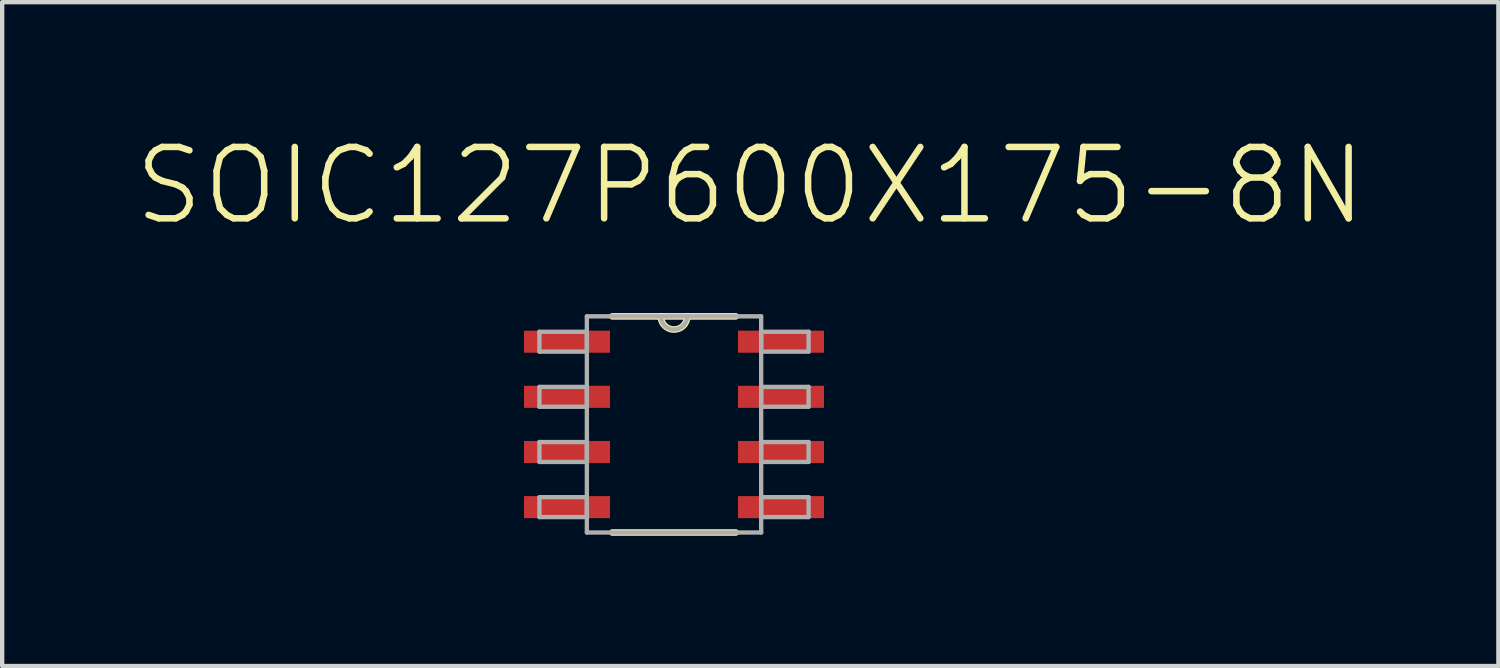
<source format=kicad_pcb>
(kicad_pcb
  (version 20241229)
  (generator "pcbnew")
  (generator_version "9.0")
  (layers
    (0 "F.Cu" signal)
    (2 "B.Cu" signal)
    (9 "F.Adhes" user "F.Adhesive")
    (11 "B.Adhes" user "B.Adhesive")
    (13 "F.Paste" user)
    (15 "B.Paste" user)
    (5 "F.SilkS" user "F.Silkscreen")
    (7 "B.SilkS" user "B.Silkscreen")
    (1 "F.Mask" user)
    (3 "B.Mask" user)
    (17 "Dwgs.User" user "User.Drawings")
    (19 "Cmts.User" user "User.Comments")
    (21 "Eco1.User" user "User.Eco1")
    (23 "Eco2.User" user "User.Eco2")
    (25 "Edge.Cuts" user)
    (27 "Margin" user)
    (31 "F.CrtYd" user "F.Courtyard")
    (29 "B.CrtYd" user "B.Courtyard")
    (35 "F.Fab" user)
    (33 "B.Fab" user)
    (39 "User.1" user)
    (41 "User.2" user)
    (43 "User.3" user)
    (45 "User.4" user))
  (footprint "SOIC127P600X175-8N"
    (layer "F.Cu")
    (at 12.472 6.724)
    (property "Reference" "SOIC127P600X175-8N" (at 1.757 -5.499 0) (layer "F.SilkS") (effects (font (size 1.644 1.644) (thickness 0.15))))
    (attr smd)
    (fp_line (start -1.422 2.489) (end 1.422 2.489) (stroke (width 0.152) (type solid)) (layer "F.SilkS"))
    (fp_line (start -0.305 -2.489) (end -1.422 -2.489) (stroke (width 0.152) (type solid)) (layer "F.SilkS"))
    (fp_line (start 0.305 -2.489) (end -0.305 -2.489) (stroke (width 0.152) (type solid)) (layer "F.SilkS"))
    (fp_line (start 1.422 -2.489) (end 0.305 -2.489) (stroke (width 0.152) (type solid)) (layer "F.SilkS"))
    (fp_arc (start 0.3048 -2.4892) (mid 0 -2.1844) (end -0.3048 -2.4892) (stroke (width 0.1524) (type solid)) (layer "F.SilkS"))
    (fp_line (start -3.099 -2.134) (end -3.099 -1.676) (stroke (width 0.1) (type solid)) (layer "F.Fab"))
    (fp_line (start -3.099 -1.676) (end -2.007 -1.676) (stroke (width 0.1) (type solid)) (layer "F.Fab"))
    (fp_line (start -3.099 -0.864) (end -3.099 -0.406) (stroke (width 0.1) (type solid)) (layer "F.Fab"))
    (fp_line (start -3.099 -0.406) (end -2.007 -0.406) (stroke (width 0.1) (type solid)) (layer "F.Fab"))
    (fp_line (start -3.099 0.406) (end -3.099 0.864) (stroke (width 0.1) (type solid)) (layer "F.Fab"))
    (fp_line (start -3.099 0.864) (end -2.007 0.864) (stroke (width 0.1) (type solid)) (layer "F.Fab"))
    (fp_line (start -3.099 1.676) (end -3.099 2.134) (stroke (width 0.1) (type solid)) (layer "F.Fab"))
    (fp_line (start -3.099 2.134) (end -2.007 2.134) (stroke (width 0.1) (type solid)) (layer "F.Fab"))
    (fp_line (start -2.007 -2.489) (end -2.007 2.489) (stroke (width 0.1) (type solid)) (layer "F.Fab"))
    (fp_line (start -2.007 -2.134) (end -3.099 -2.134) (stroke (width 0.1) (type solid)) (layer "F.Fab"))
    (fp_line (start -2.007 -1.676) (end -2.007 -2.134) (stroke (width 0.1) (type solid)) (layer "F.Fab"))
    (fp_line (start -2.007 -0.864) (end -3.099 -0.864) (stroke (width 0.1) (type solid)) (layer "F.Fab"))
    (fp_line (start -2.007 -0.406) (end -2.007 -0.864) (stroke (width 0.1) (type solid)) (layer "F.Fab"))
    (fp_line (start -2.007 0.406) (end -3.099 0.406) (stroke (width 0.1) (type solid)) (layer "F.Fab"))
    (fp_line (start -2.007 0.864) (end -2.007 0.406) (stroke (width 0.1) (type solid)) (layer "F.Fab"))
    (fp_line (start -2.007 1.676) (end -3.099 1.676) (stroke (width 0.1) (type solid)) (layer "F.Fab"))
    (fp_line (start -2.007 2.134) (end -2.007 1.676) (stroke (width 0.1) (type solid)) (layer "F.Fab"))
    (fp_line (start -2.007 2.489) (end 2.007 2.489) (stroke (width 0.1) (type solid)) (layer "F.Fab"))
    (fp_line (start -0.305 -2.489) (end -2.007 -2.489) (stroke (width 0.1) (type solid)) (layer "F.Fab"))
    (fp_line (start 0.305 -2.489) (end -0.305 -2.489) (stroke (width 0.1) (type solid)) (layer "F.Fab"))
    (fp_line (start 2.007 -2.489) (end 0.305 -2.489) (stroke (width 0.1) (type solid)) (layer "F.Fab"))
    (fp_line (start 2.007 -2.134) (end 2.007 -1.676) (stroke (width 0.1) (type solid)) (layer "F.Fab"))
    (fp_line (start 2.007 -1.676) (end 3.099 -1.676) (stroke (width 0.1) (type solid)) (layer "F.Fab"))
    (fp_line (start 2.007 -0.864) (end 2.007 -0.406) (stroke (width 0.1) (type solid)) (layer "F.Fab"))
    (fp_line (start 2.007 -0.406) (end 3.099 -0.406) (stroke (width 0.1) (type solid)) (layer "F.Fab"))
    (fp_line (start 2.007 0.406) (end 2.007 0.864) (stroke (width 0.1) (type solid)) (layer "F.Fab"))
    (fp_line (start 2.007 0.864) (end 3.099 0.864) (stroke (width 0.1) (type solid)) (layer "F.Fab"))
    (fp_line (start 2.007 1.676) (end 2.007 2.134) (stroke (width 0.1) (type solid)) (layer "F.Fab"))
    (fp_line (start 2.007 2.134) (end 3.099 2.134) (stroke (width 0.1) (type solid)) (layer "F.Fab"))
    (fp_line (start 2.007 2.489) (end 2.007 -2.489) (stroke (width 0.1) (type solid)) (layer "F.Fab"))
    (fp_line (start 3.099 -2.134) (end 2.007 -2.134) (stroke (width 0.1) (type solid)) (layer "F.Fab"))
    (fp_line (start 3.099 -1.676) (end 3.099 -2.134) (stroke (width 0.1) (type solid)) (layer "F.Fab"))
    (fp_line (start 3.099 -0.864) (end 2.007 -0.864) (stroke (width 0.1) (type solid)) (layer "F.Fab"))
    (fp_line (start 3.099 -0.406) (end 3.099 -0.864) (stroke (width 0.1) (type solid)) (layer "F.Fab"))
    (fp_line (start 3.099 0.406) (end 2.007 0.406) (stroke (width 0.1) (type solid)) (layer "F.Fab"))
    (fp_line (start 3.099 0.864) (end 3.099 0.406) (stroke (width 0.1) (type solid)) (layer "F.Fab"))
    (fp_line (start 3.099 1.676) (end 2.007 1.676) (stroke (width 0.1) (type solid)) (layer "F.Fab"))
    (fp_line (start 3.099 2.134) (end 3.099 1.676) (stroke (width 0.1) (type solid)) (layer "F.Fab"))
    (fp_arc (start 0.3048 -2.4892) (mid 0 -2.1844) (end -0.3048 -2.4892) (stroke (width 0.1) (type solid)) (layer "F.Fab"))
    (pad "1" smd rect (at -2.464 -1.905) (size 1.981 0.508) (layers "F.Cu" "F.Mask" "F.Paste"))
    (pad "2" smd rect (at -2.464 -0.635) (size 1.981 0.508) (layers "F.Cu" "F.Mask" "F.Paste"))
    (pad "3" smd rect (at -2.464 0.635) (size 1.981 0.508) (layers "F.Cu" "F.Mask" "F.Paste"))
    (pad "4" smd rect (at -2.464 1.905) (size 1.981 0.508) (layers "F.Cu" "F.Mask" "F.Paste"))
    (pad "5" smd rect (at 2.464 1.905) (size 1.981 0.508) (layers "F.Cu" "F.Mask" "F.Paste"))
    (pad "6" smd rect (at 2.464 0.635) (size 1.981 0.508) (layers "F.Cu" "F.Mask" "F.Paste"))
    (pad "7" smd rect (at 2.464 -0.635) (size 1.981 0.508) (layers "F.Cu" "F.Mask" "F.Paste"))
    (pad "8" smd rect (at 2.464 -1.905) (size 1.981 0.508) (layers "F.Cu" "F.Mask" "F.Paste")))
  (gr_rect
    (start -3 -3)
    (end 31.457 12.289)
    (stroke (width 0.1) (type default))
    (fill no)
    (layer "Edge.Cuts")))
</source>
